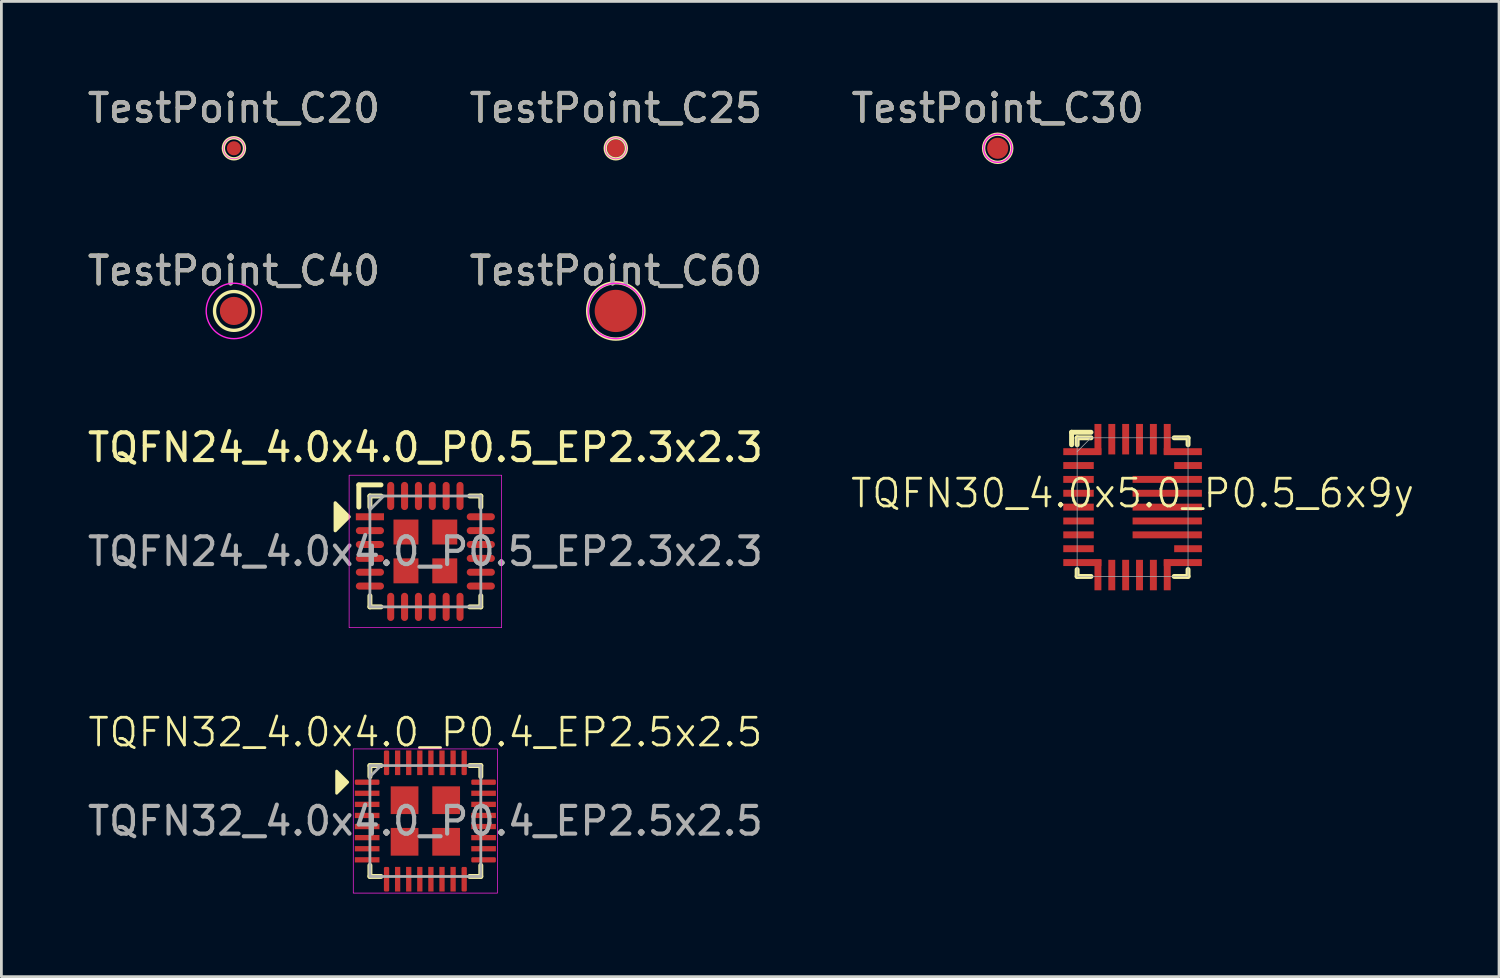
<source format=kicad_pcb>
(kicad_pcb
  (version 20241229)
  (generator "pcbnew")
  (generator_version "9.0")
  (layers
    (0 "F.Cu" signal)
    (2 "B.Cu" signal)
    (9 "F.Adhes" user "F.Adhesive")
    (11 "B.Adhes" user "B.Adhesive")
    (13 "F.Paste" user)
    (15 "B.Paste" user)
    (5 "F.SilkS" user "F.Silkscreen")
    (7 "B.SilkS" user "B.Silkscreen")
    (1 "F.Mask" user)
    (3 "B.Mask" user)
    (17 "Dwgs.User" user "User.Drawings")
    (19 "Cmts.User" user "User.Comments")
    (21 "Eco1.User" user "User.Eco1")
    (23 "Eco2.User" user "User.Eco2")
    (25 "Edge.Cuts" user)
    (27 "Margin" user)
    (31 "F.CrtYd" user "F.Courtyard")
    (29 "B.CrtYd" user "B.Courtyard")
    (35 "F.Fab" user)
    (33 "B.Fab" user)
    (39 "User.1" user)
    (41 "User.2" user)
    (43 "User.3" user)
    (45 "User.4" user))
  (footprint "TQFN32_4.0x4.0_P0.4_EP2.5x2.5"
    (layer "F.Cu")
    (at 12.292 26.562)
    (property "Reference" "TQFN32_4.0x4.0_P0.4_EP2.5x2.5" (at 0 -3.2 0) (unlocked yes) (layer "F.SilkS") (effects (font (size 1 1) (thickness 0.1))))
    (attr smd)
    (fp_line (start -2 -2) (end -1.6 -2) (stroke (width 0.178) (type default)) (layer "F.SilkS"))
    (fp_line (start -2 -1.6) (end -2 -2) (stroke (width 0.178) (type default)) (layer "F.SilkS"))
    (fp_line (start -2 1.6) (end -2 2) (stroke (width 0.178) (type default)) (layer "F.SilkS"))
    (fp_line (start -2 2) (end -1.6 2) (stroke (width 0.178) (type default)) (layer "F.SilkS"))
    (fp_line (start 1.6 -2) (end 2 -2) (stroke (width 0.178) (type default)) (layer "F.SilkS"))
    (fp_line (start 1.6 2) (end 2 2) (stroke (width 0.178) (type default)) (layer "F.SilkS"))
    (fp_line (start 2 -2) (end 2 -1.6) (stroke (width 0.178) (type default)) (layer "F.SilkS"))
    (fp_line (start 2 2) (end 2 1.6) (stroke (width 0.178) (type default)) (layer "F.SilkS"))
    (fp_poly (pts (xy -2.8 -1.4) (xy -3.2 -1.8) (xy -3.2 -1)) (stroke (width 0.1) (type solid)) (fill yes) (layer "F.SilkS"))
    (fp_rect (start -2.6 -2.6) (end 2.6 2.6) (stroke (width 0.025) (type default)) (fill no) (layer "F.CrtYd"))
    (fp_line (start -2 -1.6) (end -1.6 -2) (stroke (width 0.1) (type default)) (layer "F.Fab"))
    (fp_rect (start -2 -2) (end 2 2) (stroke (width 0.1) (type default)) (fill no) (layer "F.Fab"))
    (fp_text user "${REFERENCE}" (at 0 0 0) (unlocked yes) (layer "F.Fab") (effects (font (size 1 1) (thickness 0.15))))
    (pad "1" smd roundrect (at -2.1 -1.4) (size 0.889 0.191) (layers "F.Cu" "F.Mask" "F.Paste") (roundrect_rratio 0.25))
    (pad "2" smd rect (at -2.1 -1) (size 0.889 0.191) (layers "F.Cu" "F.Mask" "F.Paste"))
    (pad "3" smd rect (at -2.1 -0.6) (size 0.889 0.191) (layers "F.Cu" "F.Mask" "F.Paste"))
    (pad "4" smd rect (at -2.1 -0.2) (size 0.889 0.191) (layers "F.Cu" "F.Mask" "F.Paste"))
    (pad "5" smd rect (at -2.1 0.2) (size 0.889 0.191) (layers "F.Cu" "F.Mask" "F.Paste"))
    (pad "6" smd rect (at -2.1 0.6) (size 0.889 0.191) (layers "F.Cu" "F.Mask" "F.Paste"))
    (pad "7" smd rect (at -2.1 1) (size 0.889 0.191) (layers "F.Cu" "F.Mask" "F.Paste"))
    (pad "8" smd rect (at -2.1 1.4) (size 0.889 0.191) (layers "F.Cu" "F.Mask" "F.Paste"))
    (pad "9" smd roundrect (at -1.4 2.1) (size 0.191 0.889) (layers "F.Cu" "F.Mask" "F.Paste") (roundrect_rratio 0.25))
    (pad "10" smd rect (at -1 2.1) (size 0.191 0.889) (layers "F.Cu" "F.Mask" "F.Paste"))
    (pad "11" smd rect (at -0.6 2.1) (size 0.191 0.889) (layers "F.Cu" "F.Mask" "F.Paste"))
    (pad "12" smd rect (at -0.2 2.1) (size 0.191 0.889) (layers "F.Cu" "F.Mask" "F.Paste"))
    (pad "13" smd rect (at 0.2 2.1) (size 0.191 0.889) (layers "F.Cu" "F.Mask" "F.Paste"))
    (pad "14" smd rect (at 0.6 2.1) (size 0.191 0.889) (layers "F.Cu" "F.Mask" "F.Paste"))
    (pad "15" smd rect (at 1 2.1) (size 0.191 0.889) (layers "F.Cu" "F.Mask" "F.Paste"))
    (pad "16" smd roundrect (at 1.4 2.1) (size 0.191 0.889) (layers "F.Cu" "F.Mask" "F.Paste") (roundrect_rratio 0.25))
    (pad "17" smd roundrect (at 2.1 1.4) (size 0.889 0.191) (layers "F.Cu" "F.Mask" "F.Paste") (roundrect_rratio 0.25))
    (pad "18" smd rect (at 2.1 1) (size 0.889 0.191) (layers "F.Cu" "F.Mask" "F.Paste"))
    (pad "19" smd rect (at 2.1 0.6) (size 0.889 0.191) (layers "F.Cu" "F.Mask" "F.Paste"))
    (pad "20" smd rect (at 2.1 0.2) (size 0.889 0.191) (layers "F.Cu" "F.Mask" "F.Paste"))
    (pad "21" smd rect (at 2.1 -0.2) (size 0.889 0.191) (layers "F.Cu" "F.Mask" "F.Paste"))
    (pad "22" smd rect (at 2.1 -0.6) (size 0.889 0.191) (layers "F.Cu" "F.Mask" "F.Paste"))
    (pad "23" smd rect (at 2.1 -1) (size 0.889 0.191) (layers "F.Cu" "F.Mask" "F.Paste"))
    (pad "24" smd roundrect (at 2.1 -1.4) (size 0.889 0.191) (layers "F.Cu" "F.Mask" "F.Paste") (roundrect_rratio 0.25))
    (pad "25" smd roundrect (at 1.4 -2.1) (size 0.191 0.889) (layers "F.Cu" "F.Mask" "F.Paste") (roundrect_rratio 0.25))
    (pad "26" smd rect (at 1 -2.1) (size 0.191 0.889) (layers "F.Cu" "F.Mask" "F.Paste"))
    (pad "27" smd rect (at 0.6 -2.1) (size 0.191 0.889) (layers "F.Cu" "F.Mask" "F.Paste"))
    (pad "28" smd rect (at 0.2 -2.1) (size 0.191 0.889) (layers "F.Cu" "F.Mask" "F.Paste"))
    (pad "29" smd rect (at -0.2 -2.1) (size 0.191 0.889) (layers "F.Cu" "F.Mask" "F.Paste"))
    (pad "30" smd rect (at -0.6 -2.1) (size 0.191 0.889) (layers "F.Cu" "F.Mask" "F.Paste"))
    (pad "31" smd rect (at -1 -2.1) (size 0.191 0.889) (layers "F.Cu" "F.Mask" "F.Paste"))
    (pad "32" smd roundrect (at -1.4 -2.1) (size 0.191 0.889) (layers "F.Cu" "F.Mask" "F.Paste") (roundrect_rratio 0.25))
    (pad "33" smd rect (at -0.75 -0.75) (size 1 1) (layers "F.Cu" "F.Mask" "F.Paste"))
    (pad "33" smd rect (at -0.75 0.75) (size 1 1) (layers "F.Cu" "F.Mask" "F.Paste"))
    (pad "33" smd rect (at 0.75 -0.75) (size 1 1) (layers "F.Cu" "F.Mask" "F.Paste"))
    (pad "33" smd rect (at 0.75 0.75) (size 1 1) (layers "F.Cu" "F.Mask" "F.Paste")))
  (footprint "TestPoint_C30"
    (layer "F.Cu")
    (at 32.935 2.298)
    (property "Reference" "TestPoint_C30" (at 0 -1.448 0) (layer "F.SilkS") (effects (font (size 1 1) (thickness 0.15))))
    (attr exclude_from_pos_files exclude_from_bom)
    (fp_circle (center 0 0) (end 0.508 0) (stroke (width 0.12) (type solid)) (fill no) (layer "F.SilkS"))
    (fp_circle (center 0 0) (end 0.508 0) (stroke (width 0.05) (type solid)) (fill no) (layer "F.CrtYd"))
    (fp_text user "${REFERENCE}" (at 0 -1.45 0) (layer "F.Fab") (effects (font (size 1 1) (thickness 0.15))))
    (pad "1" smd circle (at 0 0) (size 0.762 0.762) (layers "F.Cu" "F.Mask")))
  (footprint "TestPoint_C20"
    (layer "F.Cu")
    (at 5.387 2.298)
    (property "Reference" "TestPoint_C20" (at 0 -1.448 0) (layer "F.SilkS") (effects (font (size 1 1) (thickness 0.15))))
    (attr exclude_from_pos_files exclude_from_bom)
    (fp_circle (center 0 0) (end 0.381 0) (stroke (width 0.12) (type solid)) (fill no) (layer "F.SilkS"))
    (fp_circle (center 0 0) (end 0.381 0) (stroke (width 0.025) (type solid)) (fill no) (layer "F.CrtYd"))
    (fp_text user "${REFERENCE}" (at 0 -1.45 0) (layer "F.Fab") (effects (font (size 1 1) (thickness 0.15))))
    (pad "1" smd circle (at 0 0) (size 0.508 0.508) (layers "F.Cu" "F.Mask")))
  (footprint "TestPoint_C25"
    (layer "F.Cu")
    (at 19.161 2.298)
    (property "Reference" "TestPoint_C25" (at 0 -1.448 0) (layer "F.SilkS") (effects (font (size 1 1) (thickness 0.15))))
    (attr exclude_from_pos_files exclude_from_bom)
    (fp_circle (center 0 0) (end 0.381 0) (stroke (width 0.12) (type solid)) (fill no) (layer "F.SilkS"))
    (fp_circle (center 0 0) (end 0.381 0) (stroke (width 0.025) (type solid)) (fill no) (layer "F.CrtYd"))
    (fp_text user "${REFERENCE}" (at 0 -1.45 0) (layer "F.Fab") (effects (font (size 1 1) (thickness 0.15))))
    (pad "1" smd circle (at 0 0) (size 0.635 0.635) (layers "F.Cu" "F.Mask")))
  (footprint "TQFN30_4.0x5.0_P0.5_6x9y"
    (layer "F.Cu")
    (at 37.8 15.241)
    (property "Reference" "TQFN30_4.0x5.0_P0.5_6x9y" (at 0 -0.5 0) (unlocked yes) (layer "F.SilkS") (effects (font (size 1 1) (thickness 0.1))))
    (attr smd)
    (fp_line (start -2.2 -2.7) (end -1.5 -2.7) (stroke (width 0.178) (type default)) (layer "F.SilkS"))
    (fp_line (start -2.2 -2.25) (end -2.2 -2.7) (stroke (width 0.178) (type default)) (layer "F.SilkS"))
    (fp_line (start -2 -2.5) (end -1.5 -2.5) (stroke (width 0.178) (type default)) (layer "F.SilkS"))
    (fp_line (start -2 -2.25) (end -2 -2.5) (stroke (width 0.178) (type default)) (layer "F.SilkS"))
    (fp_line (start -2 2.5) (end -2 2.25) (stroke (width 0.178) (type default)) (layer "F.SilkS"))
    (fp_line (start -1.5 2.5) (end -2 2.5) (stroke (width 0.178) (type default)) (layer "F.SilkS"))
    (fp_line (start 1.5 -2.5) (end 2 -2.5) (stroke (width 0.178) (type default)) (layer "F.SilkS"))
    (fp_line (start 2 -2.5) (end 2 -2.25) (stroke (width 0.178) (type default)) (layer "F.SilkS"))
    (fp_line (start 2 2.25) (end 2 2.5) (stroke (width 0.178) (type default)) (layer "F.SilkS"))
    (fp_line (start 2 2.5) (end 1.5 2.5) (stroke (width 0.178) (type default)) (layer "F.SilkS"))
    (fp_line (start -2 -2) (end -1.5 -2.5) (stroke (width 0.025) (type default)) (layer "F.Fab"))
    (fp_rect (start -2 -2.5) (end 2 2.5) (stroke (width 0.025) (type default)) (fill no) (layer "F.Fab"))
    (pad "1" smd rect (at -1.812 -2) (size 1.375 0.25) (layers "F.Cu" "F.Mask" "F.Paste"))
    (pad "2" smd rect (at -1.95 -1.5) (size 1.1 0.25) (layers "F.Cu" "F.Mask" "F.Paste"))
    (pad "3" smd rect (at -1.95 -1) (size 1.1 0.25) (layers "F.Cu" "F.Mask" "F.Paste"))
    (pad "4" smd rect (at -1.95 -0.5) (size 1.1 0.25) (layers "F.Cu" "F.Mask" "F.Paste"))
    (pad "5" smd rect (at -1.95 0) (size 1.1 0.25) (layers "F.Cu" "F.Mask" "F.Paste"))
    (pad "6" smd rect (at -1.95 0.5) (size 1.1 0.25) (layers "F.Cu" "F.Mask" "F.Paste"))
    (pad "7" smd rect (at -1.95 1) (size 1.1 0.25) (layers "F.Cu" "F.Mask" "F.Paste"))
    (pad "8" smd rect (at -1.95 1.5) (size 1.1 0.25) (layers "F.Cu" "F.Mask" "F.Paste"))
    (pad "9" smd rect (at -1.812 2) (size 1.375 0.25) (layers "F.Cu" "F.Mask" "F.Paste"))
    (pad "10" smd rect (at -1.25 2.45) (size 0.25 1.1) (layers "F.Cu" "F.Mask" "F.Paste"))
    (pad "11" smd rect (at -0.75 2.45) (size 0.25 1.1) (layers "F.Cu" "F.Mask" "F.Paste"))
    (pad "12" smd rect (at -0.25 2.45) (size 0.25 1.1) (layers "F.Cu" "F.Mask" "F.Paste"))
    (pad "13" smd rect (at 0.25 2.45) (size 0.25 1.1) (layers "F.Cu" "F.Mask" "F.Paste"))
    (pad "14" smd rect (at 0.75 2.45) (size 0.25 1.1) (layers "F.Cu" "F.Mask" "F.Paste"))
    (pad "15" smd rect (at 1.25 2.45) (size 0.25 1.1) (layers "F.Cu" "F.Mask" "F.Paste"))
    (pad "16" smd rect (at 1.812 2) (size 1.375 0.25) (layers "F.Cu" "F.Mask" "F.Paste"))
    (pad "17" smd rect (at 2 1.5) (size 1 0.25) (layers "F.Cu" "F.Mask" "F.Paste"))
    (pad "18" smd rect (at 1.25 1) (size 2.5 0.25) (layers "F.Cu" "F.Mask" "F.Paste"))
    (pad "19" smd rect (at 1.25 0.5) (size 2.5 0.25) (layers "F.Cu" "F.Mask" "F.Paste"))
    (pad "20" smd rect (at 1.25 0) (size 2.5 0.25) (layers "F.Cu" "F.Mask" "F.Paste"))
    (pad "21" smd rect (at 1.25 -0.5) (size 2.5 0.25) (layers "F.Cu" "F.Mask" "F.Paste"))
    (pad "22" smd rect (at 1.25 -1) (size 2.5 0.25) (layers "F.Cu" "F.Mask" "F.Paste"))
    (pad "23" smd rect (at 2 -1.5) (size 1 0.25) (layers "F.Cu" "F.Mask" "F.Paste"))
    (pad "24" smd rect (at 1.812 -2) (size 1.375 0.25) (layers "F.Cu" "F.Mask" "F.Paste"))
    (pad "25" smd rect (at 1.25 -2.45) (size 0.25 1.1) (layers "F.Cu" "F.Mask" "F.Paste"))
    (pad "26" smd rect (at 0.75 -2.45) (size 0.25 1.1) (layers "F.Cu" "F.Mask" "F.Paste"))
    (pad "27" smd rect (at 0.25 -2.45) (size 0.25 1.1) (layers "F.Cu" "F.Mask" "F.Paste"))
    (pad "28" smd rect (at -0.25 -2.45) (size 0.25 1.1) (layers "F.Cu" "F.Mask" "F.Paste"))
    (pad "29" smd rect (at -0.75 -2.45) (size 0.25 1.1) (layers "F.Cu" "F.Mask" "F.Paste"))
    (pad "30" smd rect (at -1.25 -2.45) (size 0.25 1.1) (layers "F.Cu" "F.Mask" "F.Paste")))
  (footprint "TestPoint_C60"
    (layer "F.Cu")
    (at 19.161 8.165)
    (property "Reference" "TestPoint_C60" (at 0 -1.448 0) (layer "F.SilkS") (effects (font (size 1 1) (thickness 0.15))))
    (attr exclude_from_pos_files exclude_from_bom)
    (fp_circle (center 0 0) (end 1.016 0) (stroke (width 0.12) (type solid)) (fill no) (layer "F.SilkS"))
    (fp_circle (center 0 0) (end 1 0) (stroke (width 0.05) (type solid)) (fill no) (layer "F.CrtYd"))
    (fp_text user "${REFERENCE}" (at 0 -1.45 0) (layer "F.Fab") (effects (font (size 1 1) (thickness 0.15))))
    (pad "1" smd circle (at 0 0) (size 1.524 1.524) (layers "F.Cu" "F.Mask")))
  (footprint "TQFN24_4.0x4.0_P0.5_EP2.3x2.3"
    (layer "F.Cu")
    (at 12.292 16.839)
    (property "Reference" "TQFN24_4.0x4.0_P0.5_EP2.3x2.3" (at 0 -3.75 0) (unlocked yes) (layer "F.SilkS") (effects (font (size 1 1) (thickness 0.15))))
    (attr smd)
    (fp_line (start -2.4 -2.4) (end -1.6 -2.4) (stroke (width 0.178) (type solid)) (layer "F.SilkS"))
    (fp_line (start -2.4 -1.6) (end -2.4 -2.4) (stroke (width 0.178) (type solid)) (layer "F.SilkS"))
    (fp_line (start -2 -2) (end -1.6 -2) (stroke (width 0.178) (type solid)) (layer "F.SilkS"))
    (fp_line (start -2 -1.6) (end -2 -2) (stroke (width 0.178) (type solid)) (layer "F.SilkS"))
    (fp_line (start -2 1.6) (end -2 2) (stroke (width 0.178) (type solid)) (layer "F.SilkS"))
    (fp_line (start -2 2) (end -1.6 2) (stroke (width 0.178) (type solid)) (layer "F.SilkS"))
    (fp_line (start 1.6 -2) (end 2 -2) (stroke (width 0.178) (type solid)) (layer "F.SilkS"))
    (fp_line (start 2 -2) (end 2 -1.6) (stroke (width 0.178) (type solid)) (layer "F.SilkS"))
    (fp_line (start 2 1.6) (end 2 2) (stroke (width 0.178) (type solid)) (layer "F.SilkS"))
    (fp_line (start 2 2) (end 1.6 2) (stroke (width 0.178) (type solid)) (layer "F.SilkS"))
    (fp_poly (pts (xy -2.75 -1.25) (xy -3.25 -0.75) (xy -3.25 -1.75)) (stroke (width 0.12) (type solid)) (fill yes) (layer "F.SilkS"))
    (fp_rect (start -2.75 -2.75) (end 2.75 2.75) (stroke (width 0.025) (type solid)) (fill no) (layer "F.CrtYd"))
    (fp_line (start -2 -1.5) (end -1.5 -2) (stroke (width 0.1) (type solid)) (layer "F.Fab"))
    (fp_rect (start -2 -2) (end 2 2) (stroke (width 0.1) (type solid)) (fill no) (layer "F.Fab"))
    (fp_text user "${REFERENCE}" (at 0 0 0) (unlocked yes) (layer "F.Fab") (effects (font (size 1 1) (thickness 0.15))))
    (pad "1" smd rect (at -2 -1.25) (size 1.016 0.254) (layers "F.Cu" "F.Mask" "F.Paste"))
    (pad "2" smd oval (at -2 -0.75) (size 1.016 0.254) (layers "F.Cu" "F.Mask" "F.Paste"))
    (pad "3" smd oval (at -2 -0.25) (size 1.016 0.254) (layers "F.Cu" "F.Mask" "F.Paste"))
    (pad "4" smd oval (at -2 0.25) (size 1.016 0.254) (layers "F.Cu" "F.Mask" "F.Paste"))
    (pad "5" smd oval (at -2 0.75) (size 1.016 0.254) (layers "F.Cu" "F.Mask" "F.Paste"))
    (pad "6" smd oval (at -2 1.25) (size 1.016 0.254) (layers "F.Cu" "F.Mask" "F.Paste"))
    (pad "7" smd oval (at -1.25 2) (size 0.254 1.016) (layers "F.Cu" "F.Mask" "F.Paste"))
    (pad "8" smd oval (at -0.75 2) (size 0.254 1.016) (layers "F.Cu" "F.Mask" "F.Paste"))
    (pad "9" smd oval (at -0.25 2) (size 0.254 1.016) (layers "F.Cu" "F.Mask" "F.Paste"))
    (pad "10" smd oval (at 0.25 2) (size 0.254 1.016) (layers "F.Cu" "F.Mask" "F.Paste"))
    (pad "11" smd oval (at 0.75 2) (size 0.254 1.016) (layers "F.Cu" "F.Mask" "F.Paste"))
    (pad "12" smd oval (at 1.25 2) (size 0.254 1.016) (layers "F.Cu" "F.Mask" "F.Paste"))
    (pad "13" smd oval (at 2 1.25) (size 1.016 0.254) (layers "F.Cu" "F.Mask" "F.Paste"))
    (pad "14" smd oval (at 2 0.75) (size 1.016 0.254) (layers "F.Cu" "F.Mask" "F.Paste"))
    (pad "15" smd oval (at 2 0.25) (size 1.016 0.254) (layers "F.Cu" "F.Mask" "F.Paste"))
    (pad "16" smd oval (at 2 -0.25) (size 1.016 0.254) (layers "F.Cu" "F.Mask" "F.Paste"))
    (pad "17" smd oval (at 2 -0.75) (size 1.016 0.254) (layers "F.Cu" "F.Mask" "F.Paste"))
    (pad "18" smd oval (at 2 -1.25) (size 1.016 0.254) (layers "F.Cu" "F.Mask" "F.Paste"))
    (pad "19" smd oval (at 1.25 -2) (size 0.254 1.016) (layers "F.Cu" "F.Mask" "F.Paste"))
    (pad "20" smd oval (at 0.75 -2) (size 0.254 1.016) (layers "F.Cu" "F.Mask" "F.Paste"))
    (pad "21" smd oval (at 0.25 -2) (size 0.254 1.016) (layers "F.Cu" "F.Mask" "F.Paste"))
    (pad "22" smd oval (at -0.25 -2) (size 0.254 1.016) (layers "F.Cu" "F.Mask" "F.Paste"))
    (pad "23" smd oval (at -0.75 -2) (size 0.254 1.016) (layers "F.Cu" "F.Mask" "F.Paste"))
    (pad "24" smd oval (at -1.25 -2) (size 0.254 1.016) (layers "F.Cu" "F.Mask" "F.Paste"))
    (pad "25" smd rect (at -0.7 -0.7) (size 0.9 0.9) (layers "F.Cu" "F.Mask" "F.Paste"))
    (pad "25" smd rect (at -0.7 0.7) (size 0.9 0.9) (layers "F.Cu" "F.Mask" "F.Paste"))
    (pad "25" smd rect (at 0.7 -0.7) (size 0.9 0.9) (layers "F.Cu" "F.Mask" "F.Paste"))
    (pad "25" smd rect (at 0.7 0.7) (size 0.9 0.9) (layers "F.Cu" "F.Mask" "F.Paste")))
  (footprint "TestPoint_C40"
    (layer "F.Cu")
    (at 5.387 8.165)
    (property "Reference" "TestPoint_C40" (at 0 -1.448 0) (layer "F.SilkS") (effects (font (size 1 1) (thickness 0.15))))
    (attr exclude_from_pos_files exclude_from_bom)
    (fp_circle (center 0 0) (end 0 0.7) (stroke (width 0.12) (type solid)) (fill no) (layer "F.SilkS"))
    (fp_circle (center 0 0) (end 1 0) (stroke (width 0.05) (type solid)) (fill no) (layer "F.CrtYd"))
    (fp_text user "${REFERENCE}" (at 0 -1.45 0) (layer "F.Fab") (effects (font (size 1 1) (thickness 0.15))))
    (pad "1" smd circle (at 0 0) (size 1.016 1.016) (layers "F.Cu" "F.Mask")))
  (gr_rect
    (start -3 -3)
    (end 51.017 32.175)
    (stroke (width 0.1) (type default))
    (fill no)
    (layer "Edge.Cuts")))
</source>
